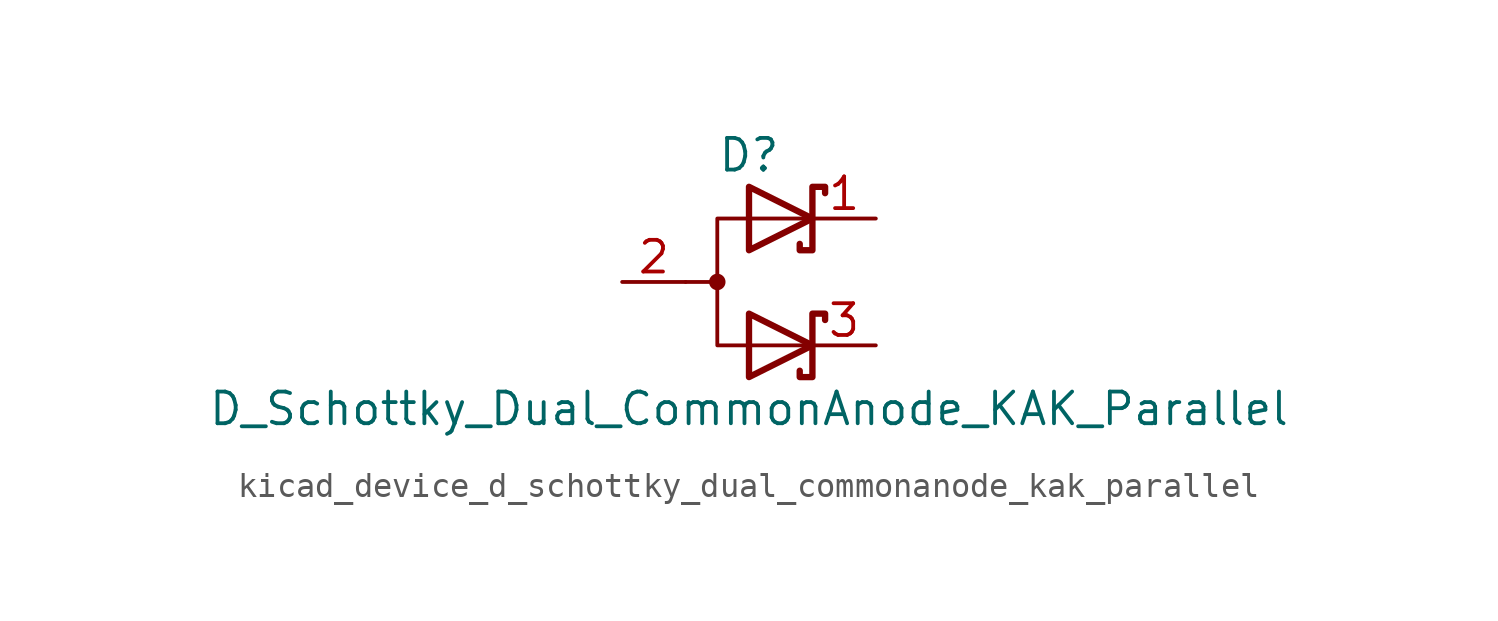
<source format=kicad_sym>
(kicad_symbol_lib
  (version 20220914)
  (generator kicad_symbol_editor)
  (symbol "kicad_device_d_schottky_dual_commonanode_kak_parallel"
    (pin_names
      (offset 0.762) hide)
    (property "Reference" "D"
      (at 0 5.08 0)
      (effects (font (size 1.27 1.27))))
    (property "Value" "D_Schottky_Dual_CommonAnode_KAK_Parallel"
      (at 0 -5.08 0)
      (effects (font (size 1.27 1.27))))
    (symbol "kicad_device_d_schottky_dual_commonanode_kak_parallel_0_1"
      (circle (center -1.27 0) (radius 0.254) (stroke (width 0) (type default)) (fill (type outline)))
      (polyline (pts (xy -1.27 0) (xy -2.54 0)) (stroke (width 0) (type default)) (fill (type none)))
      (polyline (pts (xy 2.54 2.54) (xy -1.27 2.54) (xy -1.27 -2.54) (xy 2.54 -2.54)) (stroke (width 0) (type default)) (fill (type none)))
      (polyline (pts (xy 0 -1.27) (xy 2.54 -2.54) (xy 0 -3.81) (xy 0 -1.27) (xy 0 -1.27) (xy 0 -1.27)) (stroke (width 0.254) (type default)) (fill (type none)))
      (polyline (pts (xy 0 3.81) (xy 2.54 2.54) (xy 0 1.27) (xy 0 3.81) (xy 0 3.81) (xy 0 3.81)) (stroke (width 0.254) (type default)) (fill (type none)))
      (polyline (pts (xy 3.048 -1.524) (xy 3.048 -1.27) (xy 2.54 -1.27) (xy 2.54 -3.81) (xy 2.032 -3.81) (xy 2.032 -3.556)) (stroke (width 0.254) (type default)) (fill (type none)))
      (polyline (pts (xy 3.048 3.556) (xy 3.048 3.81) (xy 2.54 3.81) (xy 2.54 1.27) (xy 2.032 1.27) (xy 2.032 1.524)) (stroke (width 0.254) (type default)) (fill (type none)))
      (pin passive line (at 5.08 2.54 180) (length 2.54) (name "K" (effects (font (size 1.27 1.27)))) (number "1" (effects (font (size 1.27 1.27)))))
      (pin passive line (at -5.08 0 0) (length 2.54) (name "A" (effects (font (size 1.27 1.27)))) (number "2" (effects (font (size 1.27 1.27)))))
      (pin passive line (at 5.08 -2.54 180) (length 2.54) (name "K" (effects (font (size 1.27 1.27)))) (number "3" (effects (font (size 1.27 1.27))))))))
</source>
